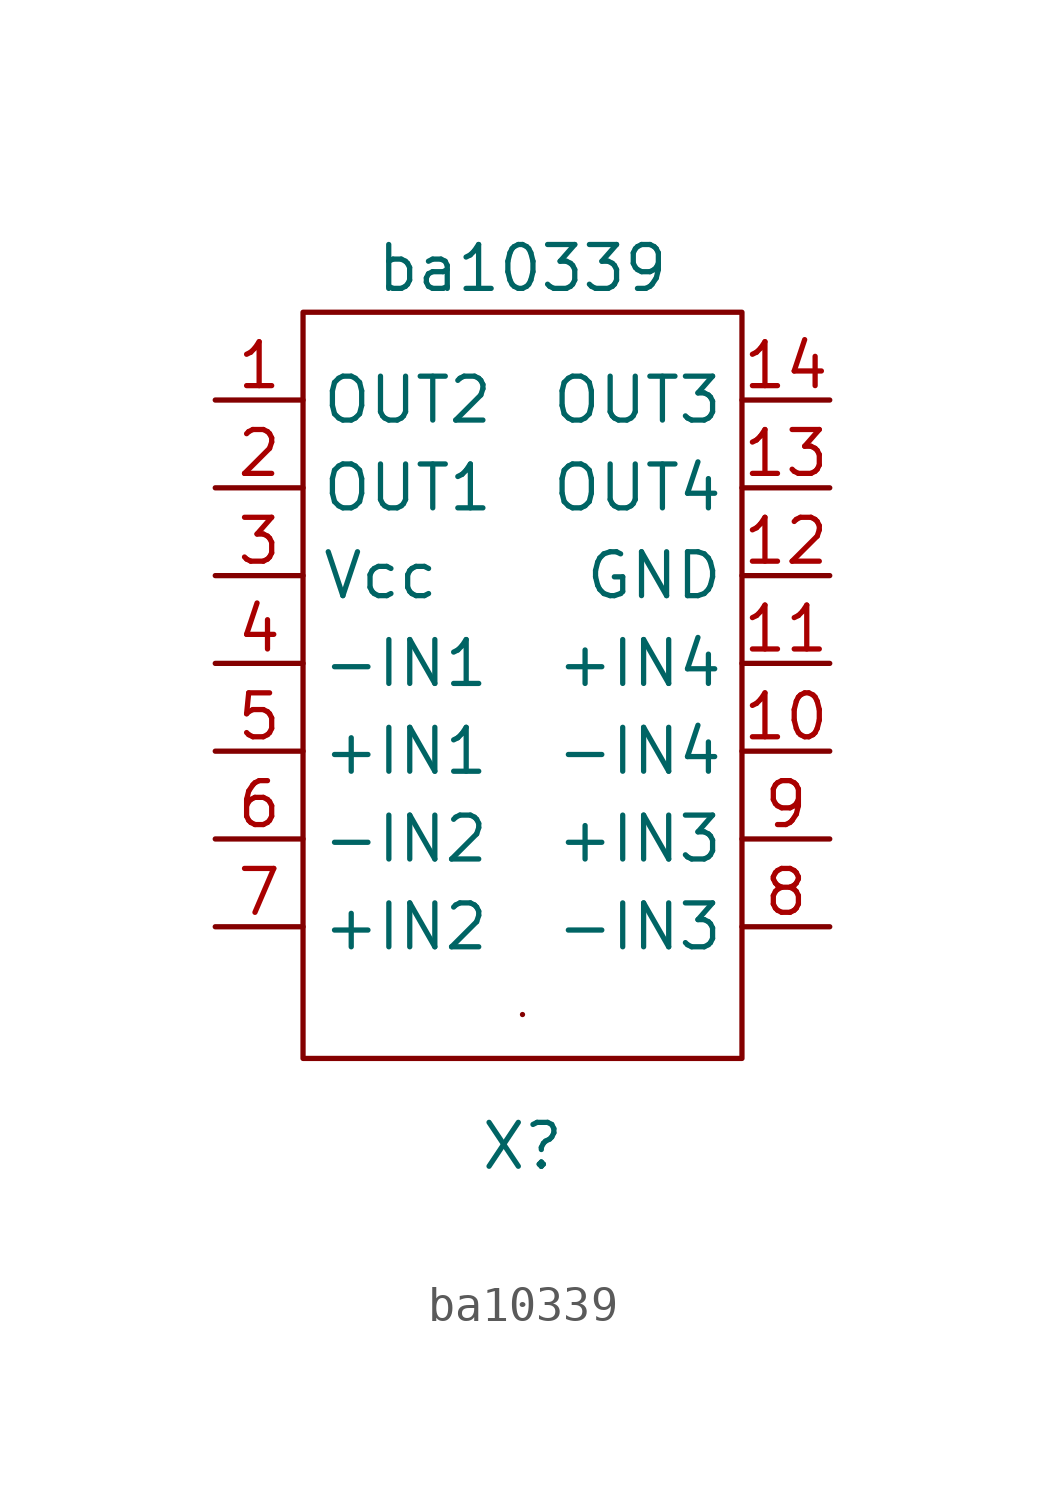
<source format=kicad_sym>
(kicad_symbol_lib
  (version 20211014)
  (generator kicad_symbol_editor)
  (symbol "ba10339"
    (property "Reference" "X"
      (at 0 -11.43 0)
      (effects (font (size 1.27 1.27))))
    (property "Value" "ba10339"
      (at 0 13.97 0)
      (effects (font (size 1.27 1.27))))
    (symbol "ba10339_0_1"
      (rectangle (start -6.35 12.7) (end 6.35 -8.89) (stroke (width 0) (type default) (color 0 0 0 0)) (fill (type none)))
      (rectangle (start 0 -7.62) (end 0 -7.62) (stroke (width 0) (type default) (color 0 0 0 0)) (fill (type none))))
    (symbol "ba10339_1_1"
      (pin output line (at -8.89 10.16 0) (length 2.54) (name "OUT2" (effects (font (size 1.27 1.27)))) (number "1" (effects (font (size 1.27 1.27)))))
      (pin input line (at 8.89 0 180) (length 2.54) (name "-IN4" (effects (font (size 1.27 1.27)))) (number "10" (effects (font (size 1.27 1.27)))))
      (pin input line (at 8.89 2.54 180) (length 2.54) (name "+IN4" (effects (font (size 1.27 1.27)))) (number "11" (effects (font (size 1.27 1.27)))))
      (pin input line (at 8.89 5.08 180) (length 2.54) (name "GND" (effects (font (size 1.27 1.27)))) (number "12" (effects (font (size 1.27 1.27)))))
      (pin output line (at 8.89 7.62 180) (length 2.54) (name "OUT4" (effects (font (size 1.27 1.27)))) (number "13" (effects (font (size 1.27 1.27)))))
      (pin output line (at 8.89 10.16 180) (length 2.54) (name "OUT3" (effects (font (size 1.27 1.27)))) (number "14" (effects (font (size 1.27 1.27)))))
      (pin output line (at -8.89 7.62 0) (length 2.54) (name "OUT1" (effects (font (size 1.27 1.27)))) (number "2" (effects (font (size 1.27 1.27)))))
      (pin input line (at -8.89 5.08 0) (length 2.54) (name "Vcc" (effects (font (size 1.27 1.27)))) (number "3" (effects (font (size 1.27 1.27)))))
      (pin input line (at -8.89 2.54 0) (length 2.54) (name "-IN1" (effects (font (size 1.27 1.27)))) (number "4" (effects (font (size 1.27 1.27)))))
      (pin input line (at -8.89 0 0) (length 2.54) (name "+IN1" (effects (font (size 1.27 1.27)))) (number "5" (effects (font (size 1.27 1.27)))))
      (pin input line (at -8.89 -2.54 0) (length 2.54) (name "-IN2" (effects (font (size 1.27 1.27)))) (number "6" (effects (font (size 1.27 1.27)))))
      (pin input line (at -8.89 -5.08 0) (length 2.54) (name "+IN2" (effects (font (size 1.27 1.27)))) (number "7" (effects (font (size 1.27 1.27)))))
      (pin input line (at 8.89 -5.08 180) (length 2.54) (name "-IN3" (effects (font (size 1.27 1.27)))) (number "8" (effects (font (size 1.27 1.27)))))
      (pin input line (at 8.89 -2.54 180) (length 2.54) (name "+IN3" (effects (font (size 1.27 1.27)))) (number "9" (effects (font (size 1.27 1.27))))))))
</source>
